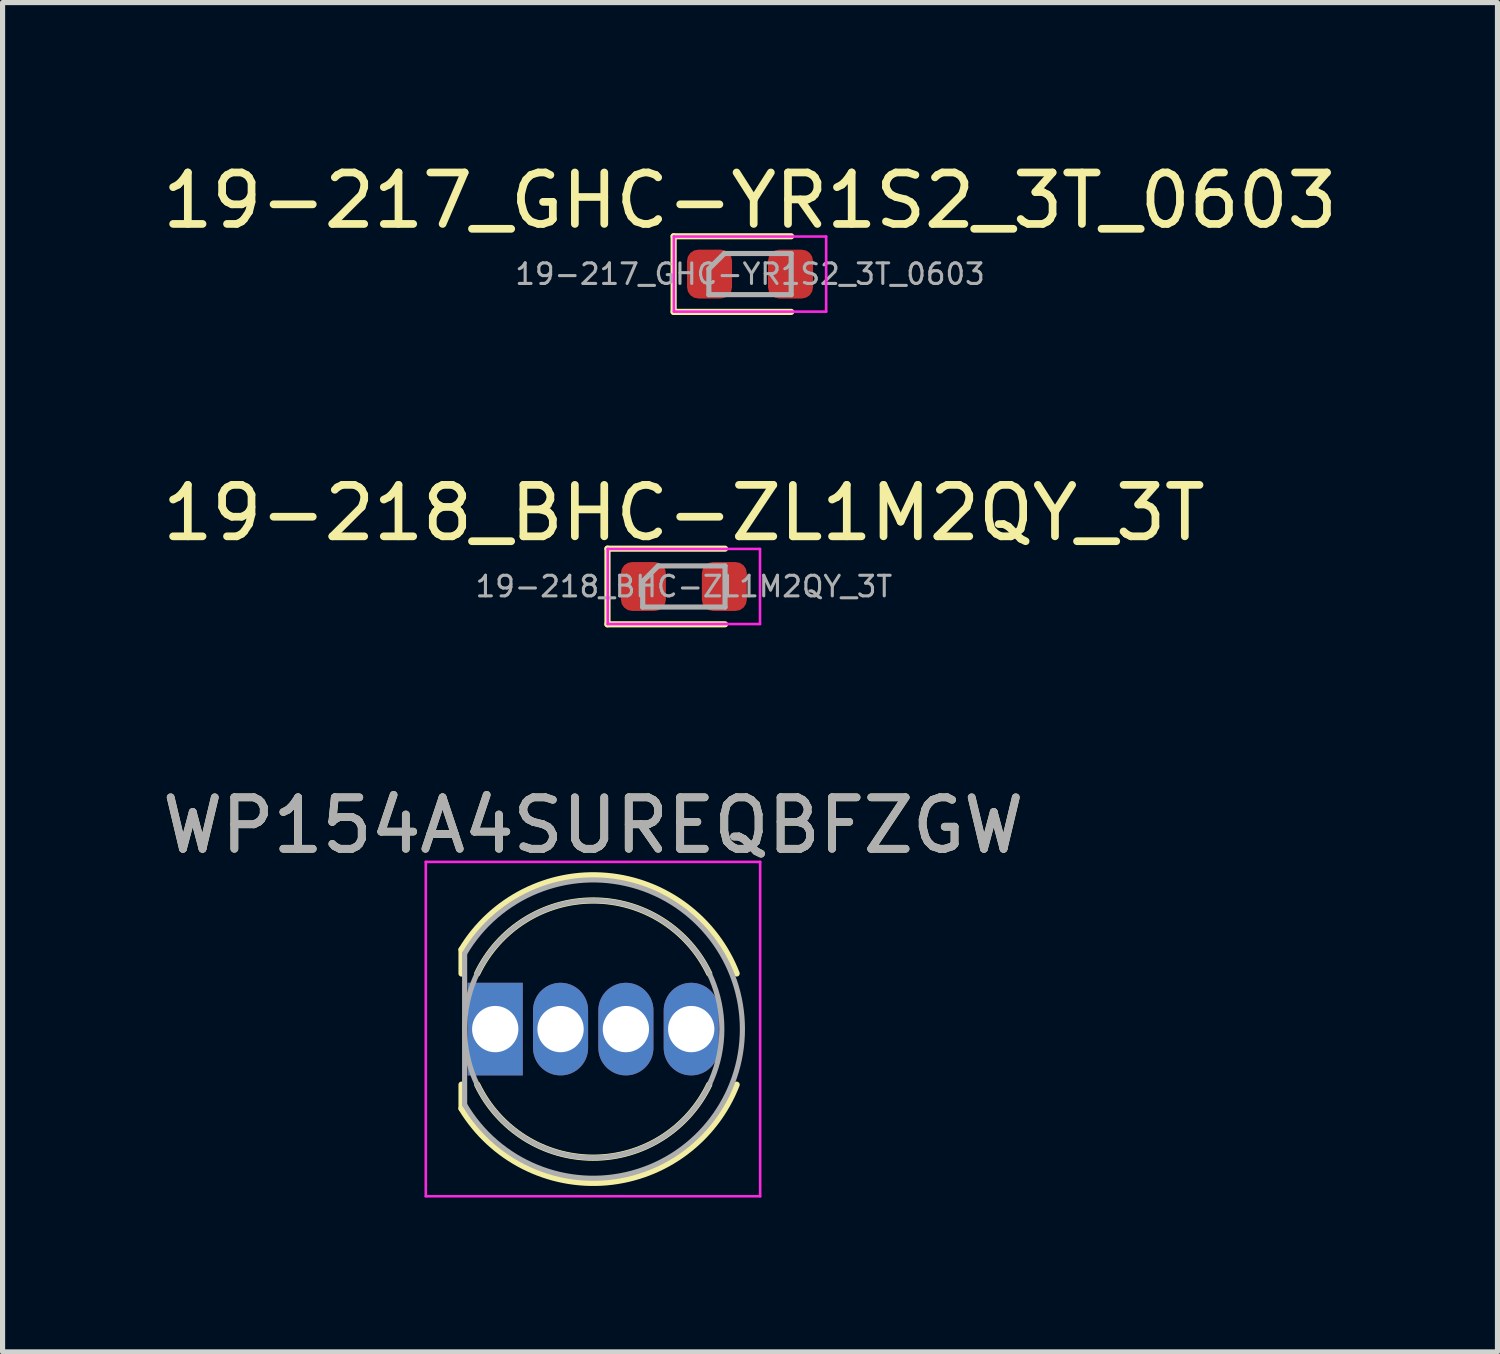
<source format=kicad_pcb>
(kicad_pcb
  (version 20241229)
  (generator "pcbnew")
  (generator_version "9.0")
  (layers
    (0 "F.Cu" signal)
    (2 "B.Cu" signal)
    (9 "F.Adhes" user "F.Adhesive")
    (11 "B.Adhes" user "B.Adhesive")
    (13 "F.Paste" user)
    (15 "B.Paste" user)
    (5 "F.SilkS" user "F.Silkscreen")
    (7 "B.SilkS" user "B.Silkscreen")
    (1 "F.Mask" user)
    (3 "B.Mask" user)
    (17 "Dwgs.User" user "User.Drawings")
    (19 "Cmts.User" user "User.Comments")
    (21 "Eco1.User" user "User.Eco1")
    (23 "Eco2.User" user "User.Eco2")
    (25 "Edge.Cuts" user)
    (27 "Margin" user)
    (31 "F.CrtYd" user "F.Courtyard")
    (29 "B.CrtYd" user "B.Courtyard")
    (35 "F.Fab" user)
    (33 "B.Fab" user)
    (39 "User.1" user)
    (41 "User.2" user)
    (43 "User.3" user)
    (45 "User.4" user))
  (footprint "19-217_GHC-YR1S2_3T_0603"
    (layer "F.Cu")
    (at 11.53 2.278)
    (property "Reference" "19-217_GHC-YR1S2_3T_0603" (at 0 -1.43 0) (layer "F.SilkS") (effects (font (size 1 1) (thickness 0.15))))
    (attr smd)
    (fp_line (start -1.485 -0.735) (end -1.485 0.735) (stroke (width 0.12) (type solid)) (layer "F.SilkS"))
    (fp_line (start -1.485 0.735) (end 0.8 0.735) (stroke (width 0.12) (type solid)) (layer "F.SilkS"))
    (fp_line (start 0.8 -0.735) (end -1.485 -0.735) (stroke (width 0.12) (type solid)) (layer "F.SilkS"))
    (fp_line (start -1.48 -0.73) (end 1.48 -0.73) (stroke (width 0.05) (type solid)) (layer "F.CrtYd"))
    (fp_line (start -1.48 0.73) (end -1.48 -0.73) (stroke (width 0.05) (type solid)) (layer "F.CrtYd"))
    (fp_line (start 1.48 -0.73) (end 1.48 0.73) (stroke (width 0.05) (type solid)) (layer "F.CrtYd"))
    (fp_line (start 1.48 0.73) (end -1.48 0.73) (stroke (width 0.05) (type solid)) (layer "F.CrtYd"))
    (fp_line (start -0.8 -0.1) (end -0.8 0.4) (stroke (width 0.1) (type solid)) (layer "F.Fab"))
    (fp_line (start -0.8 0.4) (end 0.8 0.4) (stroke (width 0.1) (type solid)) (layer "F.Fab"))
    (fp_line (start -0.5 -0.4) (end -0.8 -0.1) (stroke (width 0.1) (type solid)) (layer "F.Fab"))
    (fp_line (start 0.8 -0.4) (end -0.5 -0.4) (stroke (width 0.1) (type solid)) (layer "F.Fab"))
    (fp_line (start 0.8 0.4) (end 0.8 -0.4) (stroke (width 0.1) (type solid)) (layer "F.Fab"))
    (fp_text user "${REFERENCE}" (at 0 0 0) (layer "F.Fab") (effects (font (size 0.4 0.4) (thickness 0.06))))
    (pad "1" smd roundrect (at -0.787 0) (size 0.875 0.95) (layers "F.Cu" "F.Mask" "F.Paste") (roundrect_rratio 0.25))
    (pad "2" smd roundrect (at 0.787 0) (size 0.875 0.95) (layers "F.Cu" "F.Mask" "F.Paste") (roundrect_rratio 0.25)))
  (footprint "19-218_BHC-ZL1M2QY_3T"
    (layer "F.Cu")
    (at 10.244 8.351)
    (property "Reference" "19-218_BHC-ZL1M2QY_3T" (at 0 -1.43 0) (layer "F.SilkS") (effects (font (size 1 1) (thickness 0.15))))
    (attr smd)
    (fp_line (start -1.485 -0.735) (end -1.485 0.735) (stroke (width 0.12) (type solid)) (layer "F.SilkS"))
    (fp_line (start -1.485 0.735) (end 0.8 0.735) (stroke (width 0.12) (type solid)) (layer "F.SilkS"))
    (fp_line (start 0.8 -0.735) (end -1.485 -0.735) (stroke (width 0.12) (type solid)) (layer "F.SilkS"))
    (fp_line (start -1.48 -0.73) (end 1.48 -0.73) (stroke (width 0.05) (type solid)) (layer "F.CrtYd"))
    (fp_line (start -1.48 0.73) (end -1.48 -0.73) (stroke (width 0.05) (type solid)) (layer "F.CrtYd"))
    (fp_line (start 1.48 -0.73) (end 1.48 0.73) (stroke (width 0.05) (type solid)) (layer "F.CrtYd"))
    (fp_line (start 1.48 0.73) (end -1.48 0.73) (stroke (width 0.05) (type solid)) (layer "F.CrtYd"))
    (fp_line (start -0.8 -0.1) (end -0.8 0.4) (stroke (width 0.1) (type solid)) (layer "F.Fab"))
    (fp_line (start -0.8 0.4) (end 0.8 0.4) (stroke (width 0.1) (type solid)) (layer "F.Fab"))
    (fp_line (start -0.5 -0.4) (end -0.8 -0.1) (stroke (width 0.1) (type solid)) (layer "F.Fab"))
    (fp_line (start 0.8 -0.4) (end -0.5 -0.4) (stroke (width 0.1) (type solid)) (layer "F.Fab"))
    (fp_line (start 0.8 0.4) (end 0.8 -0.4) (stroke (width 0.1) (type solid)) (layer "F.Fab"))
    (fp_text user "${REFERENCE}" (at 0 0 0) (layer "F.Fab") (effects (font (size 0.4 0.4) (thickness 0.06))))
    (pad "1" smd roundrect (at -0.787 0) (size 0.875 0.95) (layers "F.Cu" "F.Mask" "F.Paste") (roundrect_rratio 0.25))
    (pad "2" smd roundrect (at 0.787 0) (size 0.875 0.95) (layers "F.Cu" "F.Mask" "F.Paste") (roundrect_rratio 0.25)))
  (footprint "WP154A4SUREQBFZGW"
    (layer "F.Cu")
    (at 6.577 16.955)
    (property "Reference" "WP154A4SUREQBFZGW" (at 1.905 -3.96 0) (layer "F.SilkS") (effects (font (size 1 1) (thickness 0.15))))
    (attr through_hole)
    (fp_line (start -0.655 -1.545) (end -0.655 -1.08) (stroke (width 0.12) (type solid)) (layer "F.SilkS"))
    (fp_line (start -0.655 1.08) (end -0.655 1.545) (stroke (width 0.12) (type solid)) (layer "F.SilkS"))
    (fp_arc (start -0.655 -1.54483) (mid 2.163456 -2.978809) (end 4.692815 -1.080827) (stroke (width 0.12) (type solid)) (layer "F.SilkS"))
    (fp_arc (start -0.349684 -1.08) (mid 1.904762 -2.5) (end 4.159479 -1.080429) (stroke (width 0.12) (type solid)) (layer "F.SilkS"))
    (fp_arc (start 4.159479 1.080429) (mid 1.904762 2.5) (end -0.349684 1.08) (stroke (width 0.12) (type solid)) (layer "F.SilkS"))
    (fp_arc (start 4.692815 1.080827) (mid 2.163456 2.978808) (end -0.655 1.54483) (stroke (width 0.12) (type solid)) (layer "F.SilkS"))
    (fp_line (start -1.35 -3.25) (end -1.35 3.25) (stroke (width 0.05) (type solid)) (layer "F.CrtYd"))
    (fp_line (start -1.35 3.25) (end 5.15 3.25) (stroke (width 0.05) (type solid)) (layer "F.CrtYd"))
    (fp_line (start 5.15 -3.25) (end -1.35 -3.25) (stroke (width 0.05) (type solid)) (layer "F.CrtYd"))
    (fp_line (start 5.15 3.25) (end 5.15 -3.25) (stroke (width 0.05) (type solid)) (layer "F.CrtYd"))
    (fp_line (start -0.595 -1.47) (end -0.595 1.47) (stroke (width 0.1) (type solid)) (layer "F.Fab"))
    (fp_arc (start -0.595 -1.469694) (mid 4.805 0.000016) (end -0.595016 1.469666) (stroke (width 0.1) (type solid)) (layer "F.Fab"))
    (fp_circle (center 1.905 0) (end 4.405 0) (stroke (width 0.1) (type solid)) (fill no) (layer "F.Fab"))
    (fp_text user "${REFERENCE}" (at 1.905 -3.96 0) (layer "F.Fab") (effects (font (size 1 1) (thickness 0.15))))
    (pad "1" thru_hole rect (at 0 0) (size 1.07 1.8) (drill 0.9) (layers "*.Cu" "*.Mask"))
    (pad "2" thru_hole oval (at 1.27 0) (size 1.07 1.8) (drill 0.9) (layers "*.Cu" "*.Mask"))
    (pad "3" thru_hole oval (at 2.54 0) (size 1.07 1.8) (drill 0.9) (layers "*.Cu" "*.Mask"))
    (pad "4" thru_hole oval (at 3.81 0) (size 1.07 1.8) (drill 0.9) (layers "*.Cu" "*.Mask")))
  (gr_rect
    (start -3 -3)
    (end 26.06 23.23)
    (stroke (width 0.1) (type default))
    (fill no)
    (layer "Edge.Cuts")))
</source>
